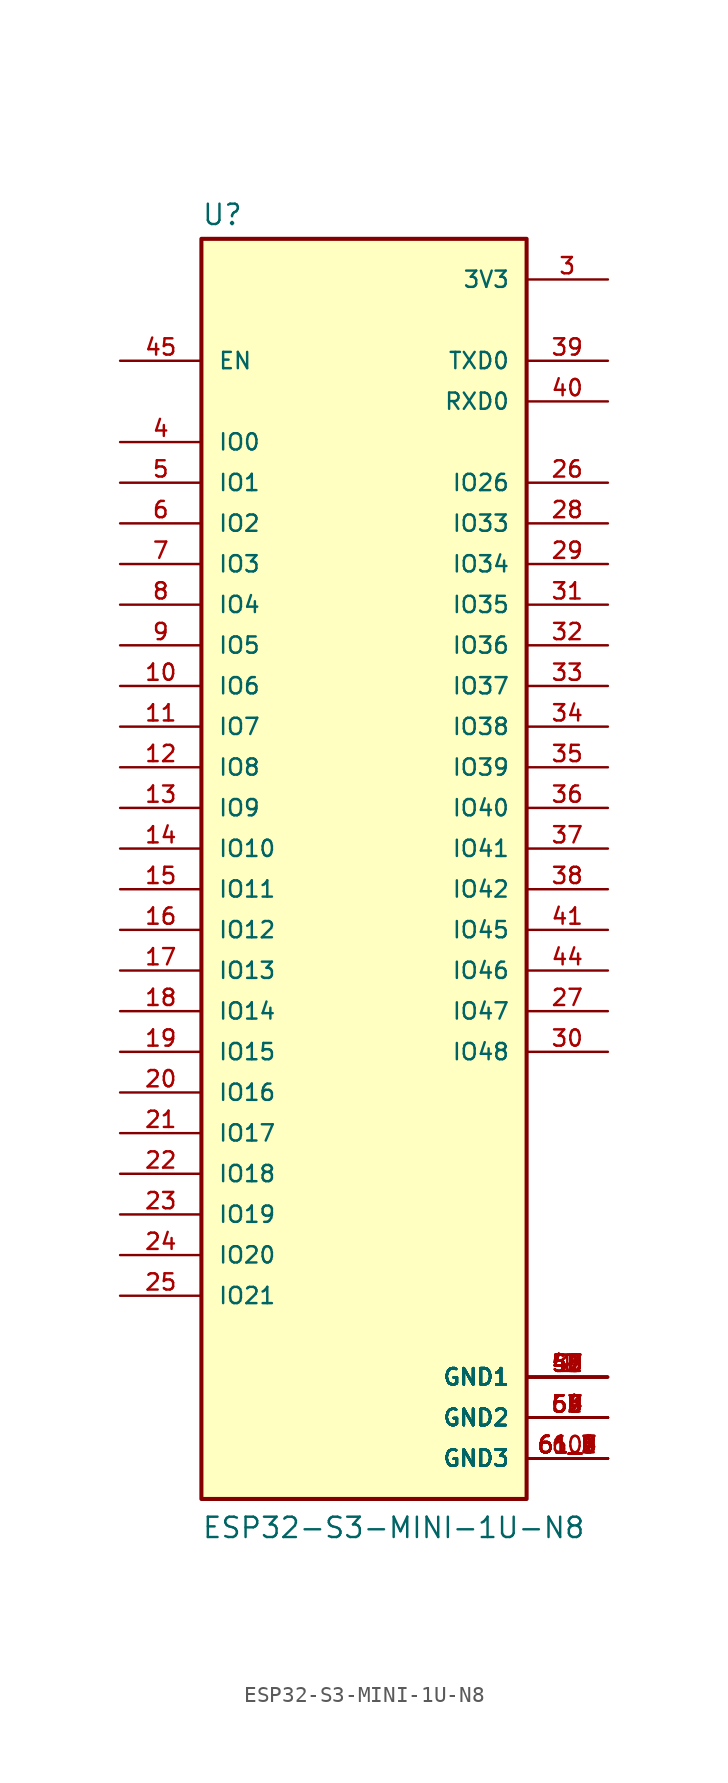
<source format=kicad_sym>
(kicad_symbol_lib
  (version 20211014)
  (generator kicad_symbol_editor)
  (symbol "ESP32-S3-MINI-1U-N8"
    (pin_names
      (offset 1.016))
    (property "Reference" "U"
      (at -10.16 38.862 0)
      (effects (font (size 1.27 1.27)) (justify bottom left)))
    (property "Value" "ESP32-S3-MINI-1U-N8"
      (at -10.16 -43.18 0)
      (effects (font (size 1.27 1.27)) (justify bottom left)))
    (symbol "ESP32-S3-MINI-1U-N8_0_0"
      (rectangle (start -10.16 -40.64) (end 10.16 38.1) (stroke (width 0.254)) (fill (type background)))
      (pin bidirectional line (at -15.24 25.4 0) (length 5.08) (name "IO0" (effects (font (size 1.016 1.016)))) (number "4" (effects (font (size 1.016 1.016)))))
      (pin bidirectional line (at -15.24 22.86 0) (length 5.08) (name "IO1" (effects (font (size 1.016 1.016)))) (number "5" (effects (font (size 1.016 1.016)))))
      (pin bidirectional line (at -15.24 20.32 0) (length 5.08) (name "IO2" (effects (font (size 1.016 1.016)))) (number "6" (effects (font (size 1.016 1.016)))))
      (pin bidirectional line (at -15.24 17.78 0) (length 5.08) (name "IO3" (effects (font (size 1.016 1.016)))) (number "7" (effects (font (size 1.016 1.016)))))
      (pin bidirectional line (at -15.24 15.24 0) (length 5.08) (name "IO4" (effects (font (size 1.016 1.016)))) (number "8" (effects (font (size 1.016 1.016)))))
      (pin bidirectional line (at -15.24 12.7 0) (length 5.08) (name "IO5" (effects (font (size 1.016 1.016)))) (number "9" (effects (font (size 1.016 1.016)))))
      (pin bidirectional line (at -15.24 10.16 0) (length 5.08) (name "IO6" (effects (font (size 1.016 1.016)))) (number "10" (effects (font (size 1.016 1.016)))))
      (pin bidirectional line (at -15.24 7.62 0) (length 5.08) (name "IO7" (effects (font (size 1.016 1.016)))) (number "11" (effects (font (size 1.016 1.016)))))
      (pin bidirectional line (at -15.24 5.08 0) (length 5.08) (name "IO8" (effects (font (size 1.016 1.016)))) (number "12" (effects (font (size 1.016 1.016)))))
      (pin bidirectional line (at -15.24 2.54 0) (length 5.08) (name "IO9" (effects (font (size 1.016 1.016)))) (number "13" (effects (font (size 1.016 1.016)))))
      (pin bidirectional line (at -15.24 0.0 0) (length 5.08) (name "IO10" (effects (font (size 1.016 1.016)))) (number "14" (effects (font (size 1.016 1.016)))))
      (pin bidirectional line (at -15.24 -2.54 0) (length 5.08) (name "IO11" (effects (font (size 1.016 1.016)))) (number "15" (effects (font (size 1.016 1.016)))))
      (pin bidirectional line (at -15.24 -5.08 0) (length 5.08) (name "IO12" (effects (font (size 1.016 1.016)))) (number "16" (effects (font (size 1.016 1.016)))))
      (pin bidirectional line (at -15.24 -7.62 0) (length 5.08) (name "IO13" (effects (font (size 1.016 1.016)))) (number "17" (effects (font (size 1.016 1.016)))))
      (pin bidirectional line (at -15.24 -10.16 0) (length 5.08) (name "IO14" (effects (font (size 1.016 1.016)))) (number "18" (effects (font (size 1.016 1.016)))))
      (pin bidirectional line (at -15.24 -12.7 0) (length 5.08) (name "IO15" (effects (font (size 1.016 1.016)))) (number "19" (effects (font (size 1.016 1.016)))))
      (pin bidirectional line (at -15.24 -15.24 0) (length 5.08) (name "IO16" (effects (font (size 1.016 1.016)))) (number "20" (effects (font (size 1.016 1.016)))))
      (pin bidirectional line (at -15.24 -17.78 0) (length 5.08) (name "IO17" (effects (font (size 1.016 1.016)))) (number "21" (effects (font (size 1.016 1.016)))))
      (pin bidirectional line (at -15.24 -20.32 0) (length 5.08) (name "IO18" (effects (font (size 1.016 1.016)))) (number "22" (effects (font (size 1.016 1.016)))))
      (pin bidirectional line (at -15.24 -22.86 0) (length 5.08) (name "IO19" (effects (font (size 1.016 1.016)))) (number "23" (effects (font (size 1.016 1.016)))))
      (pin bidirectional line (at -15.24 -25.4 0) (length 5.08) (name "IO20" (effects (font (size 1.016 1.016)))) (number "24" (effects (font (size 1.016 1.016)))))
      (pin bidirectional line (at -15.24 -27.94 0) (length 5.08) (name "IO21" (effects (font (size 1.016 1.016)))) (number "25" (effects (font (size 1.016 1.016)))))
      (pin bidirectional line (at 15.24 22.86 180.0) (length 5.08) (name "IO26" (effects (font (size 1.016 1.016)))) (number "26" (effects (font (size 1.016 1.016)))))
      (pin bidirectional line (at 15.24 20.32 180.0) (length 5.08) (name "IO33" (effects (font (size 1.016 1.016)))) (number "28" (effects (font (size 1.016 1.016)))))
      (pin bidirectional line (at 15.24 17.78 180.0) (length 5.08) (name "IO34" (effects (font (size 1.016 1.016)))) (number "29" (effects (font (size 1.016 1.016)))))
      (pin bidirectional line (at 15.24 15.24 180.0) (length 5.08) (name "IO35" (effects (font (size 1.016 1.016)))) (number "31" (effects (font (size 1.016 1.016)))))
      (pin bidirectional line (at 15.24 12.7 180.0) (length 5.08) (name "IO36" (effects (font (size 1.016 1.016)))) (number "32" (effects (font (size 1.016 1.016)))))
      (pin bidirectional line (at 15.24 10.16 180.0) (length 5.08) (name "IO37" (effects (font (size 1.016 1.016)))) (number "33" (effects (font (size 1.016 1.016)))))
      (pin bidirectional line (at 15.24 7.62 180.0) (length 5.08) (name "IO38" (effects (font (size 1.016 1.016)))) (number "34" (effects (font (size 1.016 1.016)))))
      (pin bidirectional line (at 15.24 5.08 180.0) (length 5.08) (name "IO39" (effects (font (size 1.016 1.016)))) (number "35" (effects (font (size 1.016 1.016)))))
      (pin bidirectional line (at 15.24 2.54 180.0) (length 5.08) (name "IO40" (effects (font (size 1.016 1.016)))) (number "36" (effects (font (size 1.016 1.016)))))
      (pin bidirectional line (at 15.24 0.0 180.0) (length 5.08) (name "IO41" (effects (font (size 1.016 1.016)))) (number "37" (effects (font (size 1.016 1.016)))))
      (pin bidirectional line (at 15.24 -2.54 180.0) (length 5.08) (name "IO42" (effects (font (size 1.016 1.016)))) (number "38" (effects (font (size 1.016 1.016)))))
      (pin bidirectional line (at 15.24 -5.08 180.0) (length 5.08) (name "IO45" (effects (font (size 1.016 1.016)))) (number "41" (effects (font (size 1.016 1.016)))))
      (pin bidirectional line (at 15.24 -7.62 180.0) (length 5.08) (name "IO46" (effects (font (size 1.016 1.016)))) (number "44" (effects (font (size 1.016 1.016)))))
      (pin bidirectional line (at 15.24 -10.16 180.0) (length 5.08) (name "IO47" (effects (font (size 1.016 1.016)))) (number "27" (effects (font (size 1.016 1.016)))))
      (pin bidirectional line (at 15.24 -12.7 180.0) (length 5.08) (name "IO48" (effects (font (size 1.016 1.016)))) (number "30" (effects (font (size 1.016 1.016)))))
      (pin input line (at -15.24 30.48 0) (length 5.08) (name "EN" (effects (font (size 1.016 1.016)))) (number "45" (effects (font (size 1.016 1.016)))))
      (pin bidirectional line (at 15.24 30.48 180.0) (length 5.08) (name "TXD0" (effects (font (size 1.016 1.016)))) (number "39" (effects (font (size 1.016 1.016)))))
      (pin bidirectional line (at 15.24 27.94 180.0) (length 5.08) (name "RXD0" (effects (font (size 1.016 1.016)))) (number "40" (effects (font (size 1.016 1.016)))))
      (pin power_in line (at 15.24 35.56 180.0) (length 5.08) (name "3V3" (effects (font (size 1.016 1.016)))) (number "3" (effects (font (size 1.016 1.016)))))
      (pin power_in line (at 15.24 -33.02 180.0) (length 5.08) (name "GND1" (effects (font (size 1.016 1.016)))) (number "1" (effects (font (size 1.016 1.016)))))
      (pin power_in line (at 15.24 -33.02 180.0) (length 5.08) (name "GND1" (effects (font (size 1.016 1.016)))) (number "2" (effects (font (size 1.016 1.016)))))
      (pin power_in line (at 15.24 -33.02 180.0) (length 5.08) (name "GND1" (effects (font (size 1.016 1.016)))) (number "42" (effects (font (size 1.016 1.016)))))
      (pin power_in line (at 15.24 -33.02 180.0) (length 5.08) (name "GND1" (effects (font (size 1.016 1.016)))) (number "43" (effects (font (size 1.016 1.016)))))
      (pin power_in line (at 15.24 -33.02 180.0) (length 5.08) (name "GND1" (effects (font (size 1.016 1.016)))) (number "46" (effects (font (size 1.016 1.016)))))
      (pin power_in line (at 15.24 -33.02 180.0) (length 5.08) (name "GND1" (effects (font (size 1.016 1.016)))) (number "47" (effects (font (size 1.016 1.016)))))
      (pin power_in line (at 15.24 -33.02 180.0) (length 5.08) (name "GND1" (effects (font (size 1.016 1.016)))) (number "48" (effects (font (size 1.016 1.016)))))
      (pin power_in line (at 15.24 -33.02 180.0) (length 5.08) (name "GND1" (effects (font (size 1.016 1.016)))) (number "49" (effects (font (size 1.016 1.016)))))
      (pin power_in line (at 15.24 -33.02 180.0) (length 5.08) (name "GND1" (effects (font (size 1.016 1.016)))) (number "50" (effects (font (size 1.016 1.016)))))
      (pin power_in line (at 15.24 -33.02 180.0) (length 5.08) (name "GND1" (effects (font (size 1.016 1.016)))) (number "51" (effects (font (size 1.016 1.016)))))
      (pin power_in line (at 15.24 -33.02 180.0) (length 5.08) (name "GND1" (effects (font (size 1.016 1.016)))) (number "52" (effects (font (size 1.016 1.016)))))
      (pin power_in line (at 15.24 -33.02 180.0) (length 5.08) (name "GND1" (effects (font (size 1.016 1.016)))) (number "53" (effects (font (size 1.016 1.016)))))
      (pin power_in line (at 15.24 -35.56 180.0) (length 5.08) (name "GND2" (effects (font (size 1.016 1.016)))) (number "54" (effects (font (size 1.016 1.016)))))
      (pin power_in line (at 15.24 -35.56 180.0) (length 5.08) (name "GND2" (effects (font (size 1.016 1.016)))) (number "55" (effects (font (size 1.016 1.016)))))
      (pin power_in line (at 15.24 -35.56 180.0) (length 5.08) (name "GND2" (effects (font (size 1.016 1.016)))) (number "56" (effects (font (size 1.016 1.016)))))
      (pin power_in line (at 15.24 -35.56 180.0) (length 5.08) (name "GND2" (effects (font (size 1.016 1.016)))) (number "57" (effects (font (size 1.016 1.016)))))
      (pin power_in line (at 15.24 -35.56 180.0) (length 5.08) (name "GND2" (effects (font (size 1.016 1.016)))) (number "58" (effects (font (size 1.016 1.016)))))
      (pin power_in line (at 15.24 -35.56 180.0) (length 5.08) (name "GND2" (effects (font (size 1.016 1.016)))) (number "59" (effects (font (size 1.016 1.016)))))
      (pin power_in line (at 15.24 -35.56 180.0) (length 5.08) (name "GND2" (effects (font (size 1.016 1.016)))) (number "62" (effects (font (size 1.016 1.016)))))
      (pin power_in line (at 15.24 -35.56 180.0) (length 5.08) (name "GND2" (effects (font (size 1.016 1.016)))) (number "63" (effects (font (size 1.016 1.016)))))
      (pin power_in line (at 15.24 -35.56 180.0) (length 5.08) (name "GND2" (effects (font (size 1.016 1.016)))) (number "64" (effects (font (size 1.016 1.016)))))
      (pin power_in line (at 15.24 -35.56 180.0) (length 5.08) (name "GND2" (effects (font (size 1.016 1.016)))) (number "65" (effects (font (size 1.016 1.016)))))
      (pin power_in line (at 15.24 -38.1 180.0) (length 5.08) (name "GND3" (effects (font (size 1.016 1.016)))) (number "60" (effects (font (size 1.016 1.016)))))
      (pin power_in line (at 15.24 -38.1 180.0) (length 5.08) (name "GND3" (effects (font (size 1.016 1.016)))) (number "61_1" (effects (font (size 1.016 1.016)))))
      (pin power_in line (at 15.24 -38.1 180.0) (length 5.08) (name "GND3" (effects (font (size 1.016 1.016)))) (number "61_2" (effects (font (size 1.016 1.016)))))
      (pin power_in line (at 15.24 -38.1 180.0) (length 5.08) (name "GND3" (effects (font (size 1.016 1.016)))) (number "61_3" (effects (font (size 1.016 1.016)))))
      (pin power_in line (at 15.24 -38.1 180.0) (length 5.08) (name "GND3" (effects (font (size 1.016 1.016)))) (number "61_4" (effects (font (size 1.016 1.016)))))
      (pin power_in line (at 15.24 -38.1 180.0) (length 5.08) (name "GND3" (effects (font (size 1.016 1.016)))) (number "61_5" (effects (font (size 1.016 1.016)))))
      (pin power_in line (at 15.24 -38.1 180.0) (length 5.08) (name "GND3" (effects (font (size 1.016 1.016)))) (number "61_6" (effects (font (size 1.016 1.016)))))
      (pin power_in line (at 15.24 -38.1 180.0) (length 5.08) (name "GND3" (effects (font (size 1.016 1.016)))) (number "61_7" (effects (font (size 1.016 1.016)))))
      (pin power_in line (at 15.24 -38.1 180.0) (length 5.08) (name "GND3" (effects (font (size 1.016 1.016)))) (number "61_8" (effects (font (size 1.016 1.016)))))
      (pin power_in line (at 15.24 -38.1 180.0) (length 5.08) (name "GND3" (effects (font (size 1.016 1.016)))) (number "61_9" (effects (font (size 1.016 1.016))))))))
</source>
